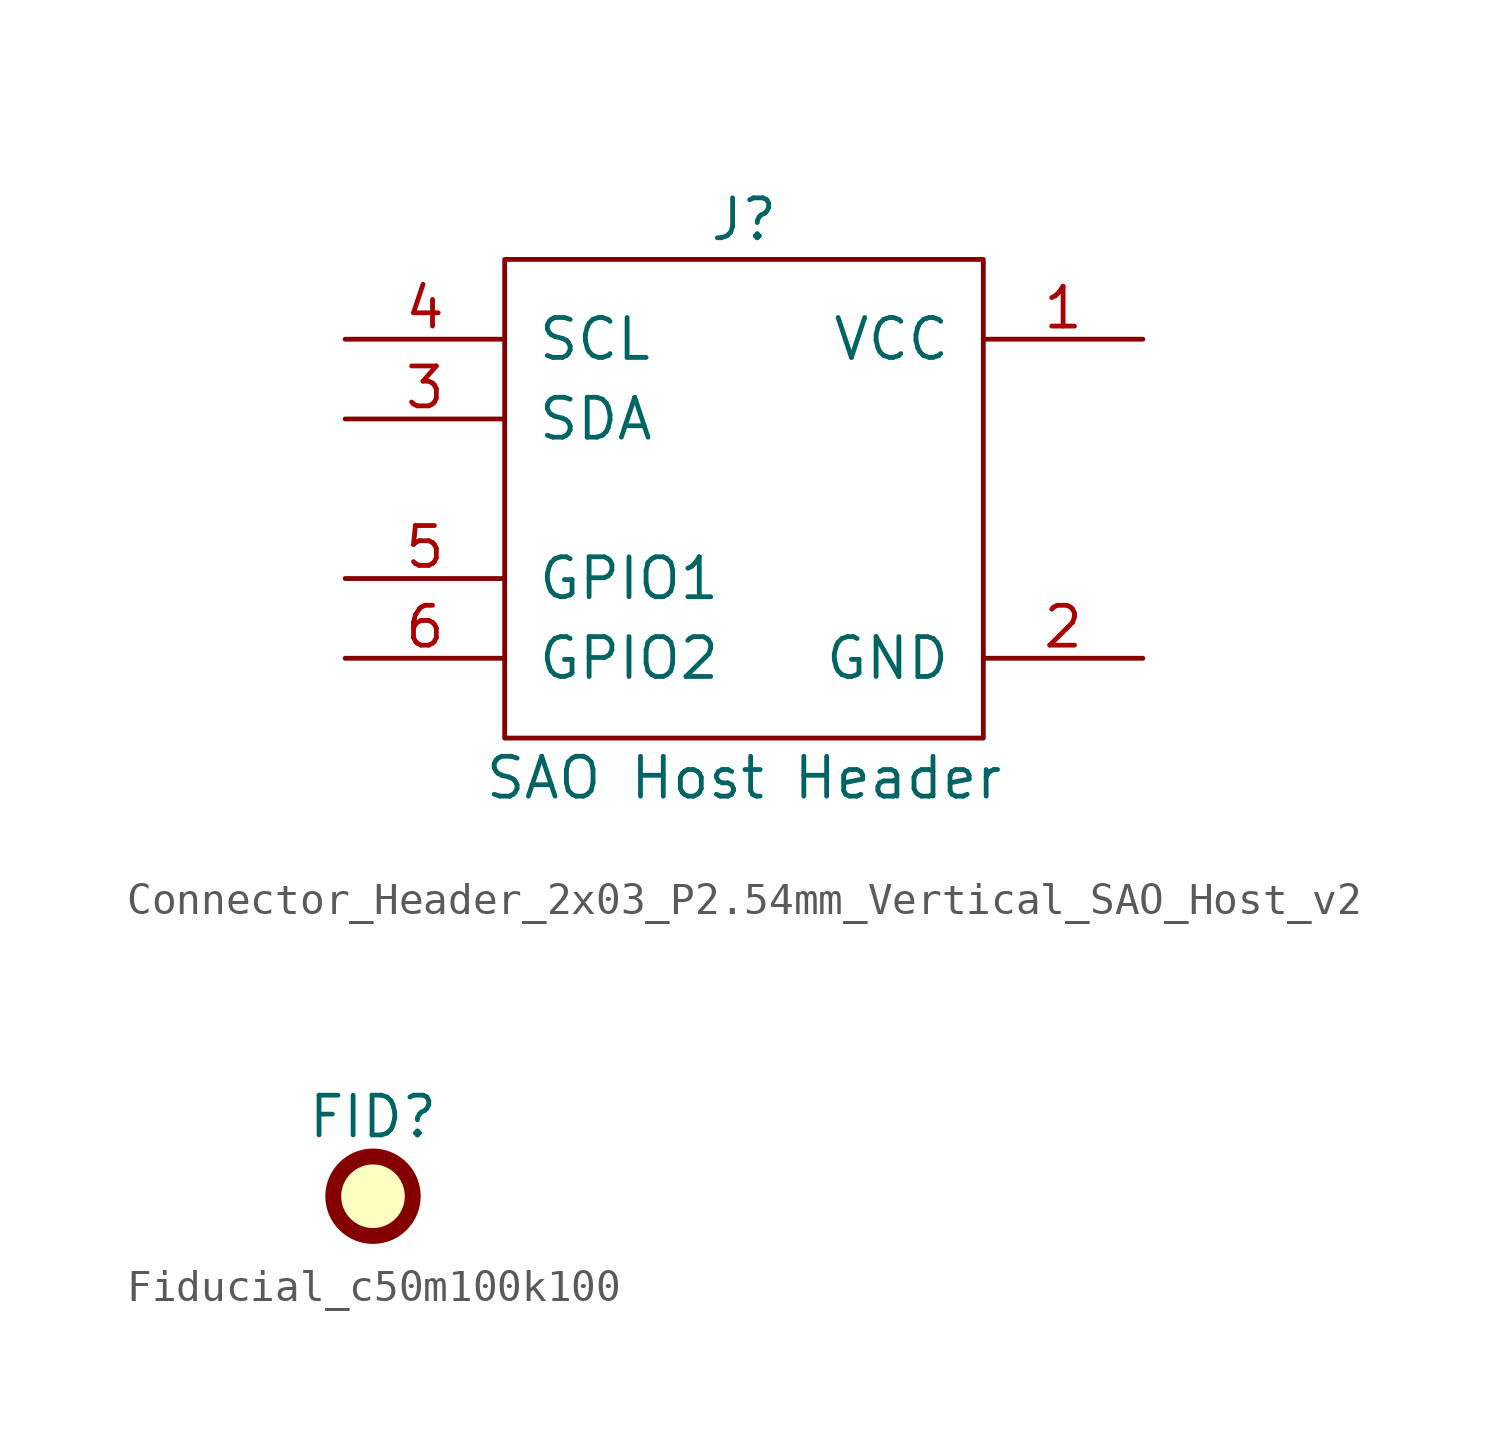
<source format=kicad_sym>
(kicad_symbol_lib
  (version 20231120)
  (generator "kicad_symbol_editor")
  (generator_version "8.0")
  (symbol "Connector_Header_2x03_P2.54mm_Vertical_SAO_Host_v2"
    (pin_names
      (offset 1.016))
    (property "Reference" "J"
      (at 0 8.89 0)
      (effects (font (size 1.27 1.27))))
    (property "Value" "SAO Host Header"
      (at 0 -8.89 0)
      (effects (font (size 1.27 1.27))))
    (symbol "Connector_Header_2x03_P2.54mm_Vertical_SAO_Host_v2_1_1"
      (rectangle (start -7.62 7.62) (end 7.62 -7.62) (stroke (width 0) (type solid)) (fill (type none)))
      (pin power_in line (at 12.7 5.08 180) (length 5.08) (name "VCC" (effects (font (size 1.27 1.27)))) (number "1" (effects (font (size 1.27 1.27)))))
      (pin power_in line (at 12.7 -5.08 180) (length 5.08) (name "GND" (effects (font (size 1.27 1.27)))) (number "2" (effects (font (size 1.27 1.27)))))
      (pin bidirectional line (at -12.7 2.54 0) (length 5.08) (name "SDA" (effects (font (size 1.27 1.27)))) (number "3" (effects (font (size 1.27 1.27)))))
      (pin bidirectional line (at -12.7 5.08 0) (length 5.08) (name "SCL" (effects (font (size 1.27 1.27)))) (number "4" (effects (font (size 1.27 1.27)))))
      (pin bidirectional line (at -12.7 -2.54 0) (length 5.08) (name "GPIO1" (effects (font (size 1.27 1.27)))) (number "5" (effects (font (size 1.27 1.27)))))
      (pin bidirectional line (at -12.7 -5.08 0) (length 5.08) (name "GPIO2" (effects (font (size 1.27 1.27)))) (number "6" (effects (font (size 1.27 1.27)))))))
  (symbol "Fiducial_c50m100k100"
    (pin_names
      (offset 0))
    (property "Reference" "FID"
      (at 0 2.54 0)
      (effects (font (size 1.27 1.27))))
    (symbol "Fiducial_c50m100k100_0_1"
      (circle (center 0 0) (radius 1.27) (stroke (width 0.508) (type default)) (fill (type background))))))
</source>
